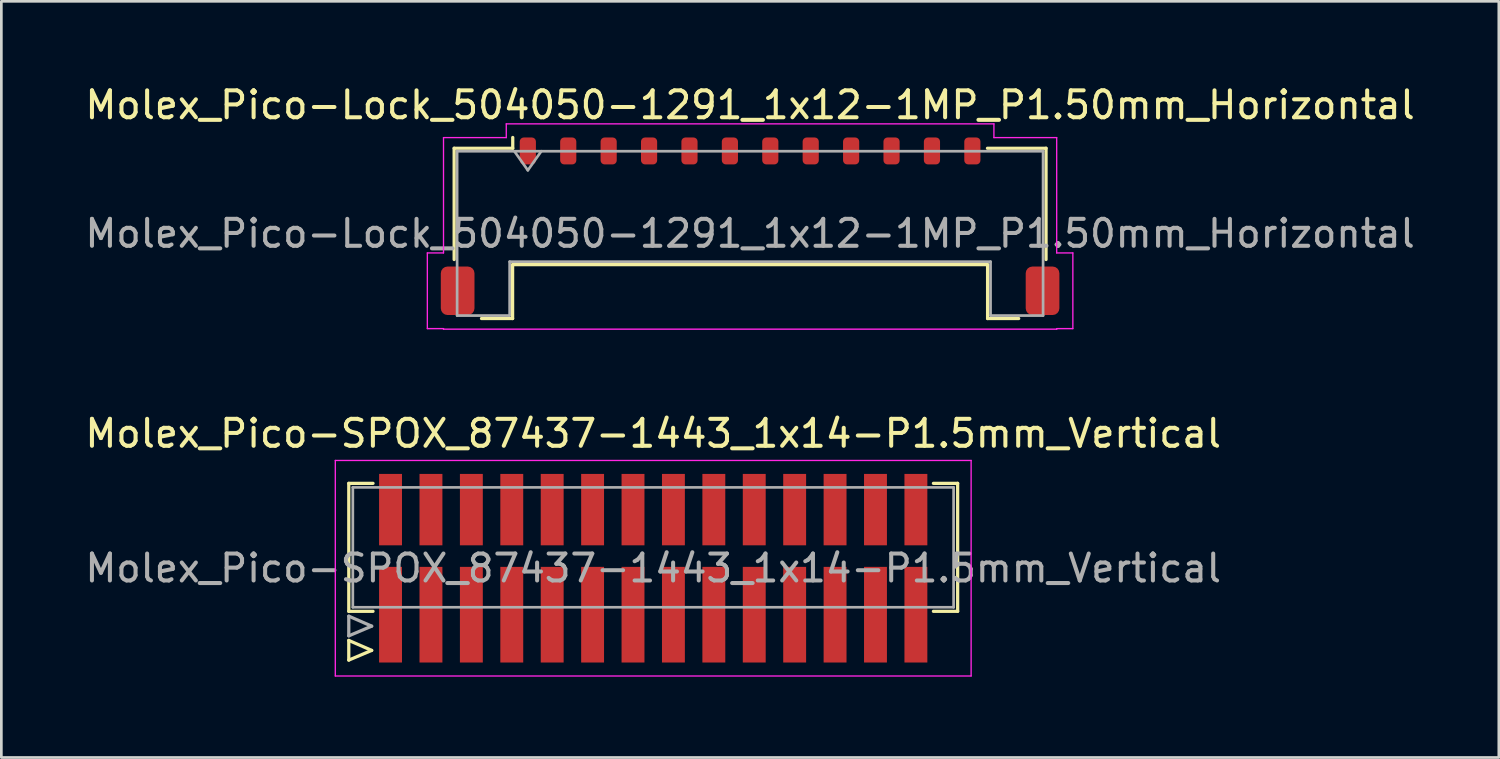
<source format=kicad_pcb>
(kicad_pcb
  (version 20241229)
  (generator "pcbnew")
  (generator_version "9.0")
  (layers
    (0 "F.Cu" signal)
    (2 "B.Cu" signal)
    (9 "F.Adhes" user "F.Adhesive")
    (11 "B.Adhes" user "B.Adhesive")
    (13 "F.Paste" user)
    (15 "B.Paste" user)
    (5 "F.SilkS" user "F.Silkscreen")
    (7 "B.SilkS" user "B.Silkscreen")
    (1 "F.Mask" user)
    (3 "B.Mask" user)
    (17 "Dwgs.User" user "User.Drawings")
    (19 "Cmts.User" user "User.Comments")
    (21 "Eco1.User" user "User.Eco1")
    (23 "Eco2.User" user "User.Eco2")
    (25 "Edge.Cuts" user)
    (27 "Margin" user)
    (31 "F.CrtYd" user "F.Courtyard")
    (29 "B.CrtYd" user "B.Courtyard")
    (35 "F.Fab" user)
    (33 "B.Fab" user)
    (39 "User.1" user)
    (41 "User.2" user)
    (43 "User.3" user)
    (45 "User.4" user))
  (footprint "Molex_Pico-Lock_504050-1291_1x12-1MP_P1.50mm_Horizontal"
    (layer "F.Cu")
    (at 24.792 5.348)
    (property "Reference" "Molex_Pico-Lock_504050-1291_1x12-1MP_P1.50mm_Horizontal" (at 0 -4.5 0) (layer "F.SilkS") (effects (font (size 1 1) (thickness 0.15))))
    (attr smd)
    (fp_line (start -10.985 -2.895) (end -8.81 -2.895) (stroke (width 0.12) (type solid)) (layer "F.SilkS"))
    (fp_line (start -10.985 1.235) (end -10.985 -2.895) (stroke (width 0.12) (type solid)) (layer "F.SilkS"))
    (fp_line (start -9.97 3.425) (end -8.815 3.425) (stroke (width 0.12) (type solid)) (layer "F.SilkS"))
    (fp_line (start -8.815 1.425) (end 8.815 1.425) (stroke (width 0.12) (type solid)) (layer "F.SilkS"))
    (fp_line (start -8.815 3.425) (end -8.815 1.425) (stroke (width 0.12) (type solid)) (layer "F.SilkS"))
    (fp_line (start -8.81 -2.895) (end -8.81 -3.295) (stroke (width 0.12) (type solid)) (layer "F.SilkS"))
    (fp_line (start 8.815 1.425) (end 8.815 3.425) (stroke (width 0.12) (type solid)) (layer "F.SilkS"))
    (fp_line (start 8.815 3.425) (end 9.97 3.425) (stroke (width 0.12) (type solid)) (layer "F.SilkS"))
    (fp_line (start 10.985 -2.895) (end 8.81 -2.895) (stroke (width 0.12) (type solid)) (layer "F.SilkS"))
    (fp_line (start 10.985 1.235) (end 10.985 -2.895) (stroke (width 0.12) (type solid)) (layer "F.SilkS"))
    (fp_line (start -11.98 0.99) (end -11.38 0.99) (stroke (width 0.05) (type solid)) (layer "F.CrtYd"))
    (fp_line (start -11.98 3.8) (end -11.98 0.99) (stroke (width 0.05) (type solid)) (layer "F.CrtYd"))
    (fp_line (start -11.38 -3.29) (end -9.05 -3.29) (stroke (width 0.05) (type solid)) (layer "F.CrtYd"))
    (fp_line (start -11.38 0.99) (end -11.38 -3.29) (stroke (width 0.05) (type solid)) (layer "F.CrtYd"))
    (fp_line (start -11.38 3.8) (end -11.98 3.8) (stroke (width 0.05) (type solid)) (layer "F.CrtYd"))
    (fp_line (start -11.38 3.82) (end -11.38 3.8) (stroke (width 0.05) (type solid)) (layer "F.CrtYd"))
    (fp_line (start -9.05 -3.8) (end 9.05 -3.8) (stroke (width 0.05) (type solid)) (layer "F.CrtYd"))
    (fp_line (start -9.05 -3.29) (end -9.05 -3.8) (stroke (width 0.05) (type solid)) (layer "F.CrtYd"))
    (fp_line (start 9.05 -3.8) (end 9.05 -3.29) (stroke (width 0.05) (type solid)) (layer "F.CrtYd"))
    (fp_line (start 9.05 -3.29) (end 11.38 -3.29) (stroke (width 0.05) (type solid)) (layer "F.CrtYd"))
    (fp_line (start 11.38 -3.29) (end 11.38 0.99) (stroke (width 0.05) (type solid)) (layer "F.CrtYd"))
    (fp_line (start 11.38 0.99) (end 11.98 0.99) (stroke (width 0.05) (type solid)) (layer "F.CrtYd"))
    (fp_line (start 11.38 3.8) (end 11.38 3.82) (stroke (width 0.05) (type solid)) (layer "F.CrtYd"))
    (fp_line (start 11.38 3.82) (end -11.38 3.82) (stroke (width 0.05) (type solid)) (layer "F.CrtYd"))
    (fp_line (start 11.98 0.99) (end 11.98 3.8) (stroke (width 0.05) (type solid)) (layer "F.CrtYd"))
    (fp_line (start 11.98 3.8) (end 11.38 3.8) (stroke (width 0.05) (type solid)) (layer "F.CrtYd"))
    (fp_line (start -10.875 -2.785) (end -10.875 3.315) (stroke (width 0.1) (type solid)) (layer "F.Fab"))
    (fp_line (start -10.875 -2.785) (end 10.875 -2.785) (stroke (width 0.1) (type solid)) (layer "F.Fab"))
    (fp_line (start -10.875 3.315) (end -8.925 3.315) (stroke (width 0.1) (type solid)) (layer "F.Fab"))
    (fp_line (start -8.925 1.315) (end 8.925 1.315) (stroke (width 0.1) (type solid)) (layer "F.Fab"))
    (fp_line (start -8.925 3.315) (end -8.925 1.315) (stroke (width 0.1) (type solid)) (layer "F.Fab"))
    (fp_line (start -8.75 -2.785) (end -8.25 -2.078) (stroke (width 0.1) (type solid)) (layer "F.Fab"))
    (fp_line (start -8.25 -2.078) (end -7.75 -2.785) (stroke (width 0.1) (type solid)) (layer "F.Fab"))
    (fp_line (start 8.925 1.315) (end 8.925 3.315) (stroke (width 0.1) (type solid)) (layer "F.Fab"))
    (fp_line (start 8.925 3.315) (end 10.875 3.315) (stroke (width 0.1) (type solid)) (layer "F.Fab"))
    (fp_line (start 10.875 -2.785) (end 10.875 3.315) (stroke (width 0.1) (type solid)) (layer "F.Fab"))
    (fp_text user "${REFERENCE}" (at 0 0.27 0) (layer "F.Fab") (effects (font (size 1 1) (thickness 0.15))))
    (pad "1" smd roundrect (at -8.25 -2.795) (size 0.6 1) (layers "F.Cu" "F.Mask" "F.Paste") (roundrect_rratio 0.25))
    (pad "2" smd roundrect (at -6.75 -2.795) (size 0.6 1) (layers "F.Cu" "F.Mask" "F.Paste") (roundrect_rratio 0.25))
    (pad "3" smd roundrect (at -5.25 -2.795) (size 0.6 1) (layers "F.Cu" "F.Mask" "F.Paste") (roundrect_rratio 0.25))
    (pad "4" smd roundrect (at -3.75 -2.795) (size 0.6 1) (layers "F.Cu" "F.Mask" "F.Paste") (roundrect_rratio 0.25))
    (pad "5" smd roundrect (at -2.25 -2.795) (size 0.6 1) (layers "F.Cu" "F.Mask" "F.Paste") (roundrect_rratio 0.25))
    (pad "6" smd roundrect (at -0.75 -2.795) (size 0.6 1) (layers "F.Cu" "F.Mask" "F.Paste") (roundrect_rratio 0.25))
    (pad "7" smd roundrect (at 0.75 -2.795) (size 0.6 1) (layers "F.Cu" "F.Mask" "F.Paste") (roundrect_rratio 0.25))
    (pad "8" smd roundrect (at 2.25 -2.795) (size 0.6 1) (layers "F.Cu" "F.Mask" "F.Paste") (roundrect_rratio 0.25))
    (pad "9" smd roundrect (at 3.75 -2.795) (size 0.6 1) (layers "F.Cu" "F.Mask" "F.Paste") (roundrect_rratio 0.25))
    (pad "10" smd roundrect (at 5.25 -2.795) (size 0.6 1) (layers "F.Cu" "F.Mask" "F.Paste") (roundrect_rratio 0.25))
    (pad "11" smd roundrect (at 6.75 -2.795) (size 0.6 1) (layers "F.Cu" "F.Mask" "F.Paste") (roundrect_rratio 0.25))
    (pad "12" smd roundrect (at 8.25 -2.795) (size 0.6 1) (layers "F.Cu" "F.Mask" "F.Paste") (roundrect_rratio 0.25))
    (pad "MP" smd roundrect (at -10.855 2.395) (size 1.25 1.8) (layers "F.Cu" "F.Mask" "F.Paste") (roundrect_rratio 0.2))
    (pad "MP" smd roundrect (at 10.855 2.395) (size 1.25 1.8) (layers "F.Cu" "F.Mask" "F.Paste") (roundrect_rratio 0.2)))
  (footprint "Molex_Pico-SPOX_87437-1443_1x14-P1.5mm_Vertical"
    (layer "F.Cu")
    (at 21.196 18.041)
    (property "Reference" "Molex_Pico-SPOX_87437-1443_1x14-P1.5mm_Vertical" (at 0 -5 0) (layer "F.SilkS") (effects (font (size 1 1) (thickness 0.15))))
    (attr smd)
    (fp_line (start -11.3 -3.15) (end -10.4 -3.15) (stroke (width 0.12) (type solid)) (layer "F.SilkS"))
    (fp_line (start -11.3 1.6) (end -11.3 -3.15) (stroke (width 0.12) (type solid)) (layer "F.SilkS"))
    (fp_line (start -11.3 2.68) (end -11.3 3.41) (stroke (width 0.12) (type solid)) (layer "F.SilkS"))
    (fp_line (start -11.3 3.41) (end -10.45 3.05) (stroke (width 0.12) (type solid)) (layer "F.SilkS"))
    (fp_line (start -10.45 3.05) (end -11.3 2.68) (stroke (width 0.12) (type solid)) (layer "F.SilkS"))
    (fp_line (start -10.4 1.6) (end -11.3 1.6) (stroke (width 0.12) (type solid)) (layer "F.SilkS"))
    (fp_line (start 11.3 -3.15) (end 10.4 -3.15) (stroke (width 0.12) (type solid)) (layer "F.SilkS"))
    (fp_line (start 11.3 -3.15) (end 11.3 1.6) (stroke (width 0.12) (type solid)) (layer "F.SilkS"))
    (fp_line (start 11.3 1.6) (end 10.4 1.6) (stroke (width 0.12) (type solid)) (layer "F.SilkS"))
    (fp_line (start -11.8 -4) (end 11.8 -4) (stroke (width 0.05) (type solid)) (layer "F.CrtYd"))
    (fp_line (start -11.8 4) (end -11.8 -4) (stroke (width 0.05) (type solid)) (layer "F.CrtYd"))
    (fp_line (start 11.8 -4) (end 11.8 4) (stroke (width 0.05) (type solid)) (layer "F.CrtYd"))
    (fp_line (start 11.8 4) (end -11.8 4) (stroke (width 0.05) (type solid)) (layer "F.CrtYd"))
    (fp_line (start -11.3 1.78) (end -11.3 2.51) (stroke (width 0.12) (type solid)) (layer "F.Fab"))
    (fp_line (start -11.3 2.51) (end -10.45 2.15) (stroke (width 0.12) (type solid)) (layer "F.Fab"))
    (fp_line (start -11.15 -3) (end -11.15 1.45) (stroke (width 0.1) (type solid)) (layer "F.Fab"))
    (fp_line (start -11.15 -3) (end 11.15 -3) (stroke (width 0.1) (type solid)) (layer "F.Fab"))
    (fp_line (start -10.45 2.15) (end -11.3 1.78) (stroke (width 0.12) (type solid)) (layer "F.Fab"))
    (fp_line (start 11.15 -3) (end 11.15 1.45) (stroke (width 0.1) (type solid)) (layer "F.Fab"))
    (fp_line (start 11.15 1.45) (end -11.15 1.45) (stroke (width 0.1) (type solid)) (layer "F.Fab"))
    (fp_text user "${REFERENCE}" (at 0 0 0) (layer "F.Fab") (effects (font (size 1 1) (thickness 0.15))))
    (pad "1" smd rect (at -9.75 -2.175 90) (size 2.65 0.85) (layers "F.Cu" "F.Mask" "F.Paste"))
    (pad "1" smd rect (at -9.75 1.725 90) (size 3.55 0.85) (layers "F.Cu" "F.Mask" "F.Paste"))
    (pad "2" smd rect (at -8.25 -2.175 90) (size 2.65 0.85) (layers "F.Cu" "F.Mask" "F.Paste"))
    (pad "2" smd rect (at -8.25 1.725 90) (size 3.55 0.85) (layers "F.Cu" "F.Mask" "F.Paste"))
    (pad "3" smd rect (at -6.75 -2.175 90) (size 2.65 0.85) (layers "F.Cu" "F.Mask" "F.Paste"))
    (pad "3" smd rect (at -6.75 1.725 90) (size 3.55 0.85) (layers "F.Cu" "F.Mask" "F.Paste"))
    (pad "4" smd rect (at -5.25 -2.175 90) (size 2.65 0.85) (layers "F.Cu" "F.Mask" "F.Paste"))
    (pad "4" smd rect (at -5.25 1.725 90) (size 3.55 0.85) (layers "F.Cu" "F.Mask" "F.Paste"))
    (pad "5" smd rect (at -3.75 -2.175 90) (size 2.65 0.85) (layers "F.Cu" "F.Mask" "F.Paste"))
    (pad "5" smd rect (at -3.75 1.725 90) (size 3.55 0.85) (layers "F.Cu" "F.Mask" "F.Paste"))
    (pad "6" smd rect (at -2.25 -2.175 90) (size 2.65 0.85) (layers "F.Cu" "F.Mask" "F.Paste"))
    (pad "6" smd rect (at -2.25 1.725 90) (size 3.55 0.85) (layers "F.Cu" "F.Mask" "F.Paste"))
    (pad "7" smd rect (at -0.75 -2.175 90) (size 2.65 0.85) (layers "F.Cu" "F.Mask" "F.Paste"))
    (pad "7" smd rect (at -0.75 1.725 90) (size 3.55 0.85) (layers "F.Cu" "F.Mask" "F.Paste"))
    (pad "8" smd rect (at 0.75 -2.175 90) (size 2.65 0.85) (layers "F.Cu" "F.Mask" "F.Paste"))
    (pad "8" smd rect (at 0.75 1.725 90) (size 3.55 0.85) (layers "F.Cu" "F.Mask" "F.Paste"))
    (pad "9" smd rect (at 2.25 -2.175 90) (size 2.65 0.85) (layers "F.Cu" "F.Mask" "F.Paste"))
    (pad "9" smd rect (at 2.25 1.725 90) (size 3.55 0.85) (layers "F.Cu" "F.Mask" "F.Paste"))
    (pad "10" smd rect (at 3.75 -2.175 90) (size 2.65 0.85) (layers "F.Cu" "F.Mask" "F.Paste"))
    (pad "10" smd rect (at 3.75 1.725 90) (size 3.55 0.85) (layers "F.Cu" "F.Mask" "F.Paste"))
    (pad "11" smd rect (at 5.25 -2.175 90) (size 2.65 0.85) (layers "F.Cu" "F.Mask" "F.Paste"))
    (pad "11" smd rect (at 5.25 1.725 90) (size 3.55 0.85) (layers "F.Cu" "F.Mask" "F.Paste"))
    (pad "12" smd rect (at 6.75 -2.175 90) (size 2.65 0.85) (layers "F.Cu" "F.Mask" "F.Paste"))
    (pad "12" smd rect (at 6.75 1.725 90) (size 3.55 0.85) (layers "F.Cu" "F.Mask" "F.Paste"))
    (pad "13" smd rect (at 8.25 -2.175 90) (size 2.65 0.85) (layers "F.Cu" "F.Mask" "F.Paste"))
    (pad "13" smd rect (at 8.25 1.725 90) (size 3.55 0.85) (layers "F.Cu" "F.Mask" "F.Paste"))
    (pad "14" smd rect (at 9.75 -2.175 90) (size 2.65 0.85) (layers "F.Cu" "F.Mask" "F.Paste"))
    (pad "14" smd rect (at 9.75 1.725 90) (size 3.55 0.85) (layers "F.Cu" "F.Mask" "F.Paste")))
  (gr_rect
    (start -3 -3)
    (end 52.583 25.067)
    (stroke (width 0.1) (type default))
    (fill no)
    (layer "Edge.Cuts")))
</source>
